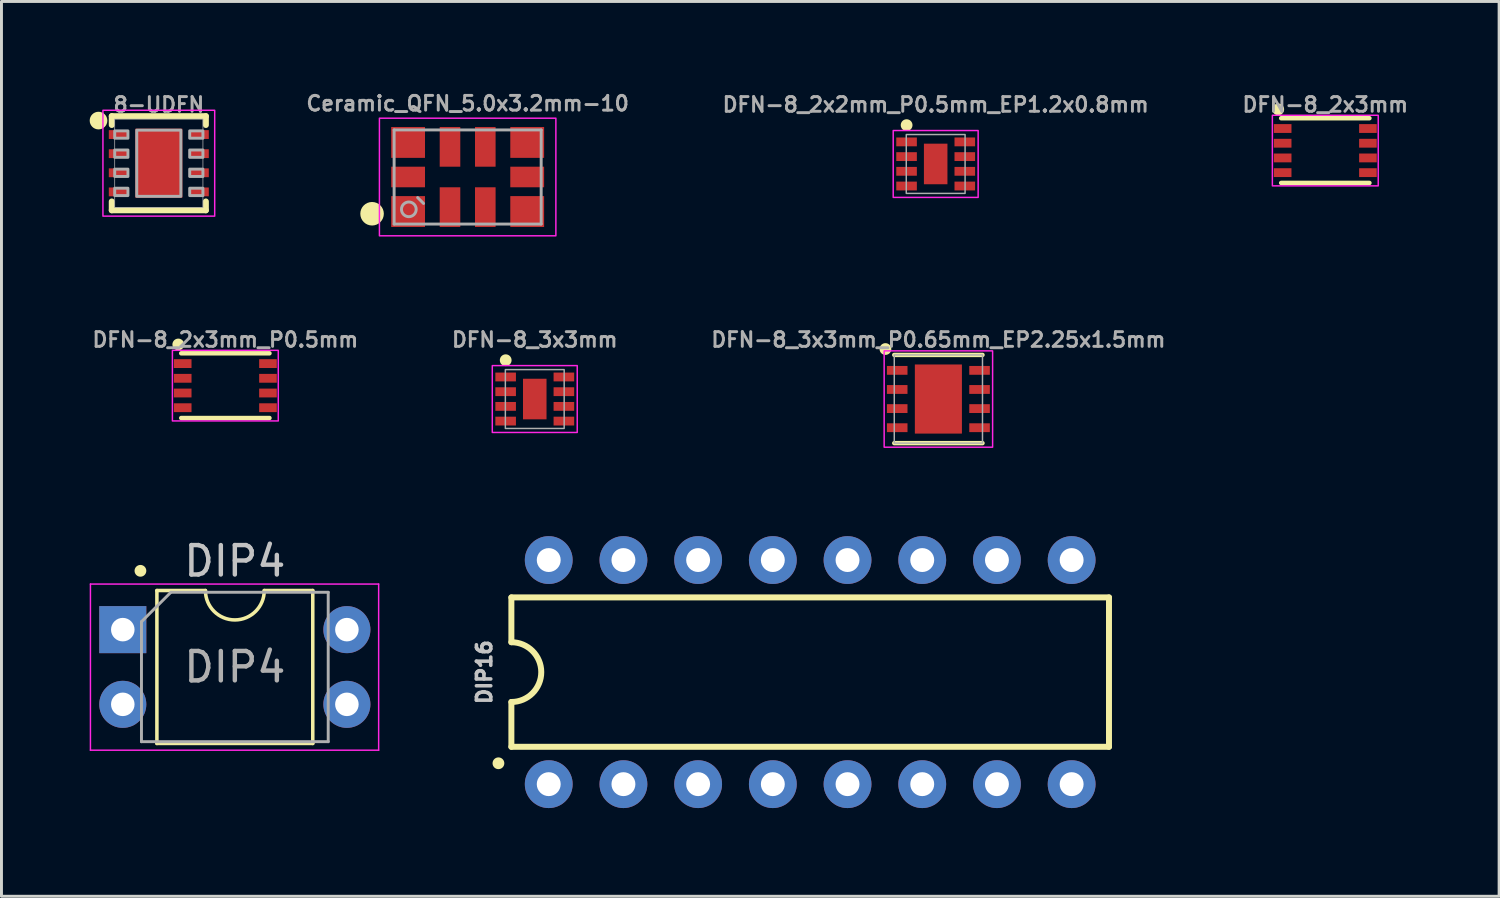
<source format=kicad_pcb>
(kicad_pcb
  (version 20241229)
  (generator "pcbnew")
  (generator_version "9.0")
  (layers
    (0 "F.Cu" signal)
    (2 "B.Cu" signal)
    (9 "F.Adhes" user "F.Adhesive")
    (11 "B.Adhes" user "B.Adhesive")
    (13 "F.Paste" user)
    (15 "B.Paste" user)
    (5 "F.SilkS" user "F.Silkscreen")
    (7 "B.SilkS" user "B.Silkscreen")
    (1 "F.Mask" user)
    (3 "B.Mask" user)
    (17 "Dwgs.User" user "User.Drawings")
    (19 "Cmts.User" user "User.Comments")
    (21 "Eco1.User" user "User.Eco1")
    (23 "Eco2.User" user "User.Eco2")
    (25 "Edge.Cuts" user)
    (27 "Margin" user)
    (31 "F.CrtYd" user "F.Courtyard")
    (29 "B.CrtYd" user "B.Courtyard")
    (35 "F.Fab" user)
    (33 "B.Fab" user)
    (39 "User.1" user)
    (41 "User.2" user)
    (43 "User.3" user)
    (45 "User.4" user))
  (footprint "Ceramic_QFN_5.0x3.2mm-10"
    (layer "F.Cu")
    (at 12.851 2.968)
    (property "Reference" "Ceramic_QFN_5.0x3.2mm-10" (at 0 -2.5 0) (layer "F.Fab") (effects (font (size 0.5 0.5) (thickness 0.1) (bold yes))))
    (attr smd)
    (fp_circle (center -3.25 1.25) (end -2.9 1.25) (stroke (width 0.1) (type solid)) (fill yes) (layer "F.SilkS"))
    (fp_rect (start -3 -2) (end 3 2) (stroke (width 0.05) (type default)) (fill no) (layer "F.CrtYd"))
    (fp_line (start -2.5 -1.6) (end 2.5 -1.6) (stroke (width 0.1) (type solid)) (layer "F.Fab"))
    (fp_line (start -2.5 1.6) (end -2.5 -1.6) (stroke (width 0.1) (type solid)) (layer "F.Fab"))
    (fp_line (start -1.7 0.7) (end -1.5 0.9) (stroke (width 0.1) (type default)) (layer "F.Fab"))
    (fp_line (start 2.5 -1.6) (end 2.5 1.6) (stroke (width 0.1) (type solid)) (layer "F.Fab"))
    (fp_line (start 2.5 1.6) (end -2.5 1.6) (stroke (width 0.1) (type solid)) (layer "F.Fab"))
    (fp_circle (center -2 1.1) (end -1.75 1.1) (stroke (width 0.1) (type solid)) (fill no) (layer "F.Fab"))
    (pad "1" smd rect (at -2.025 1.175) (size 1.15 1.05) (layers "F.Cu" "F.Mask" "F.Paste"))
    (pad "2" smd rect (at -0.6 1.025 90) (size 1.35 0.7) (layers "F.Cu" "F.Mask" "F.Paste"))
    (pad "3" smd rect (at 0.6 1.025 90) (size 1.35 0.7) (layers "F.Cu" "F.Mask" "F.Paste"))
    (pad "4" smd rect (at 2.025 1.175) (size 1.15 1.05) (layers "F.Cu" "F.Mask" "F.Paste"))
    (pad "5" smd rect (at 2.025 0) (size 1.15 0.7) (layers "F.Cu" "F.Mask" "F.Paste"))
    (pad "6" smd rect (at 2.025 -1.175) (size 1.15 1.05) (layers "F.Cu" "F.Mask" "F.Paste"))
    (pad "7" smd rect (at 0.6 -1.025 90) (size 1.35 0.7) (layers "F.Cu" "F.Mask" "F.Paste"))
    (pad "8" smd rect (at -0.6 -1.025 90) (size 1.35 0.7) (layers "F.Cu" "F.Mask" "F.Paste"))
    (pad "9" smd rect (at -2.025 -1.175) (size 1.15 1.05) (layers "F.Cu" "F.Mask" "F.Paste"))
    (pad "10" smd rect (at -2.025 0) (size 1.15 0.7) (layers "F.Cu" "F.Mask" "F.Paste")))
  (footprint "DFN-8_2x2mm_P0.5mm_EP1.2x0.8mm"
    (layer "F.Cu")
    (at 28.765 2.525)
    (property "Reference" "DFN-8_2x2mm_P0.5mm_EP1.2x0.8mm" (at 0 -1.725 0) (layer "F.Fab") (effects (font (size 0.5 0.5) (thickness 0.1) (bold yes)) (justify bottom)))
    (attr smd)
    (fp_circle (center -0.988 -1.32) (end -1.088 -1.32) (stroke (width 0.2) (type solid)) (fill yes) (layer "F.SilkS"))
    (fp_poly (pts (xy -0.32 -0.59) (xy -0.32 -0.09) (xy 0.32 -0.09) (xy 0.32 -0.59)) (stroke (width 0) (type default)) (fill yes) (layer "F.Paste"))
    (fp_poly (pts (xy -0.32 0.09) (xy -0.32 0.59) (xy 0.32 0.59) (xy 0.32 0.09)) (stroke (width 0) (type default)) (fill yes) (layer "F.Paste"))
    (fp_rect (start 1.444 -1.137) (end -1.444 1.137) (stroke (width 0.05) (type default)) (fill no) (layer "F.CrtYd"))
    (fp_rect (start -1 -1) (end 1 1) (stroke (width 0.05) (type default)) (fill no) (layer "F.Fab"))
    (pad "1" smd rect (at -0.99 -0.75) (size 0.7 0.3) (layers "F.Cu" "F.Mask" "F.Paste"))
    (pad "2" smd rect (at -0.99 -0.25) (size 0.7 0.3) (layers "F.Cu" "F.Mask" "F.Paste"))
    (pad "3" smd rect (at -0.99 0.25) (size 0.7 0.3) (layers "F.Cu" "F.Mask" "F.Paste"))
    (pad "4" smd rect (at -0.99 0.75) (size 0.7 0.3) (layers "F.Cu" "F.Mask" "F.Paste"))
    (pad "5" smd rect (at 0.99 0.75) (size 0.7 0.3) (layers "F.Cu" "F.Mask" "F.Paste"))
    (pad "6" smd rect (at 0.99 0.25) (size 0.7 0.3) (layers "F.Cu" "F.Mask" "F.Paste"))
    (pad "7" smd rect (at 0.99 -0.25) (size 0.7 0.3) (layers "F.Cu" "F.Mask" "F.Paste"))
    (pad "8" smd rect (at 0.99 -0.75) (size 0.7 0.3) (layers "F.Cu" "F.Mask" "F.Paste"))
    (pad "9" smd rect (at 0 0 270) (size 1.38 0.8) (layers "F.Cu" "F.Mask")))
  (footprint "8-UDFN"
    (layer "F.Cu")
    (at 2.35 2.5)
    (property "Reference" "8-UDFN" (at 0 -1.7 0) (unlocked yes) (layer "F.Fab") (effects (font (size 0.5 0.5) (thickness 0.1)) (justify bottom)))
    (fp_line (start -1.6 -1.6) (end -1.6 -1.3) (stroke (width 0.203) (type solid)) (layer "F.SilkS"))
    (fp_line (start -1.6 -1.6) (end 1.6 -1.6) (stroke (width 0.203) (type solid)) (layer "F.SilkS"))
    (fp_line (start -1.6 1.6) (end -1.6 1.3) (stroke (width 0.203) (type solid)) (layer "F.SilkS"))
    (fp_line (start 1.6 -1.6) (end 1.6 -1.3) (stroke (width 0.203) (type solid)) (layer "F.SilkS"))
    (fp_line (start 1.6 1.6) (end -1.6 1.6) (stroke (width 0.203) (type solid)) (layer "F.SilkS"))
    (fp_line (start 1.6 1.6) (end 1.6 1.3) (stroke (width 0.203) (type solid)) (layer "F.SilkS"))
    (fp_circle (center -2.05 -1.45) (end -2.05 -1.3) (stroke (width 0.3) (type solid)) (fill yes) (layer "F.SilkS"))
    (fp_rect (start -0.4 -0.688) (end 0.4 0.688) (stroke (width 0) (type default)) (fill yes) (layer "F.Paste"))
    (fp_rect (start 1.9 -1.8) (end -1.9 1.8) (stroke (width 0.05) (type default)) (fill no) (layer "F.CrtYd"))
    (fp_line (start -1.5 -1.5) (end 1.5 -1.5) (stroke (width 0.025) (type solid)) (layer "F.Fab"))
    (fp_line (start -1.5 1.5) (end -1.5 -1.5) (stroke (width 0.025) (type solid)) (layer "F.Fab"))
    (fp_line (start 1.5 -1.5) (end 1.5 1.5) (stroke (width 0.025) (type solid)) (layer "F.Fab"))
    (fp_line (start 1.5 1.5) (end -1.5 1.5) (stroke (width 0.025) (type solid)) (layer "F.Fab"))
    (fp_rect (start -1.5 -1.1) (end -1.05 -0.85) (stroke (width 0.1) (type default)) (fill no) (layer "F.Fab"))
    (fp_rect (start -1.5 -0.45) (end -1.05 -0.2) (stroke (width 0.1) (type default)) (fill no) (layer "F.Fab"))
    (fp_rect (start -1.5 0.2) (end -1.05 0.45) (stroke (width 0.1) (type default)) (fill no) (layer "F.Fab"))
    (fp_rect (start -1.5 0.85) (end -1.05 1.1) (stroke (width 0.1) (type default)) (fill no) (layer "F.Fab"))
    (fp_rect (start -0.75 -1.125) (end 0.75 1.125) (stroke (width 0.1) (type default)) (fill no) (layer "F.Fab"))
    (fp_rect (start 1.05 -1.1) (end 1.5 -0.85) (stroke (width 0.1) (type default)) (fill no) (layer "F.Fab"))
    (fp_rect (start 1.05 -0.45) (end 1.5 -0.2) (stroke (width 0.1) (type default)) (fill no) (layer "F.Fab"))
    (fp_rect (start 1.05 0.2) (end 1.5 0.45) (stroke (width 0.1) (type default)) (fill no) (layer "F.Fab"))
    (fp_rect (start 1.05 0.85) (end 1.5 1.1) (stroke (width 0.1) (type default)) (fill no) (layer "F.Fab"))
    (pad "1" smd rect (at -1.375 -0.975 270) (size 0.3 0.65) (layers "F.Cu" "F.Mask" "F.Paste"))
    (pad "2" smd rect (at -1.375 -0.325 270) (size 0.3 0.65) (layers "F.Cu" "F.Mask" "F.Paste"))
    (pad "3" smd rect (at -1.375 0.325 270) (size 0.3 0.65) (layers "F.Cu" "F.Mask" "F.Paste"))
    (pad "4" smd rect (at -1.375 0.975 270) (size 0.3 0.65) (layers "F.Cu" "F.Mask" "F.Paste"))
    (pad "5" smd rect (at 1.375 0.975 90) (size 0.3 0.65) (layers "F.Cu" "F.Mask" "F.Paste"))
    (pad "6" smd rect (at 1.375 0.325 90) (size 0.3 0.65) (layers "F.Cu" "F.Mask" "F.Paste"))
    (pad "7" smd rect (at 1.375 -0.325 90) (size 0.3 0.65) (layers "F.Cu" "F.Mask" "F.Paste"))
    (pad "8" smd rect (at 1.375 -0.975 90) (size 0.3 0.65) (layers "F.Cu" "F.Mask" "F.Paste"))
    (pad "EP" smd rect (at 0 0 270) (size 2.35 1.6) (layers "F.Cu" "F.Mask")))
  (footprint "DFN-8_2x3mm"
    (layer "F.Cu")
    (at 42.013 2.07)
    (property "Reference" "DFN-8_2x3mm" (at 0 -1.27 0) (unlocked yes) (layer "F.Fab") (effects (font (size 0.5 0.5) (thickness 0.1)) (justify bottom)))
    (fp_line (start 1.5 -1.1) (end -1.5 -1.1) (stroke (width 0.152) (type solid)) (layer "F.SilkS"))
    (fp_line (start 1.5 1.1) (end -1.5 1.1) (stroke (width 0.152) (type solid)) (layer "F.SilkS"))
    (fp_circle (center -1.6 -1.4) (end -1.7 -1.4) (stroke (width 0.2) (type solid)) (fill yes) (layer "F.SilkS"))
    (fp_rect (start -1.8 -1.2) (end 1.8 1.2) (stroke (width 0.05) (type default)) (fill no) (layer "F.CrtYd"))
    (fp_rect (start -1.5 -1) (end 1.5 1) (stroke (width 0.05) (type default)) (fill no) (layer "User.1"))
    (pad "1" smd rect (at -1.45 -0.75 270) (size 0.3 0.6) (layers "F.Cu" "F.Mask" "F.Paste"))
    (pad "2" smd rect (at -1.45 -0.25 270) (size 0.3 0.6) (layers "F.Cu" "F.Mask" "F.Paste"))
    (pad "3" smd rect (at -1.45 0.25 270) (size 0.3 0.6) (layers "F.Cu" "F.Mask" "F.Paste"))
    (pad "4" smd rect (at -1.45 0.75 270) (size 0.3 0.6) (layers "F.Cu" "F.Mask" "F.Paste"))
    (pad "5" smd rect (at 1.45 0.75 270) (size 0.3 0.6) (layers "F.Cu" "F.Mask" "F.Paste"))
    (pad "6" smd rect (at 1.45 0.25 270) (size 0.3 0.6) (layers "F.Cu" "F.Mask" "F.Paste"))
    (pad "7" smd rect (at 1.45 -0.25 270) (size 0.3 0.6) (layers "F.Cu" "F.Mask" "F.Paste"))
    (pad "8" smd rect (at 1.45 -0.75 270) (size 0.3 0.6) (layers "F.Cu" "F.Mask" "F.Paste")))
  (footprint "DIP4"
    (layer "F.Cu")
    (at 1.125 18.359)
    (property "Reference" "DIP4" (at 3.81 -2.33 0) (layer "Dwgs.User") (effects (font (size 1 1) (thickness 0.15))))
    (attr through_hole)
    (fp_line (start 1.16 -1.33) (end 1.16 3.87) (stroke (width 0.12) (type solid)) (layer "F.SilkS"))
    (fp_line (start 1.16 3.87) (end 6.46 3.87) (stroke (width 0.12) (type solid)) (layer "F.SilkS"))
    (fp_line (start 2.81 -1.33) (end 1.16 -1.33) (stroke (width 0.12) (type solid)) (layer "F.SilkS"))
    (fp_line (start 6.46 -1.33) (end 4.81 -1.33) (stroke (width 0.12) (type solid)) (layer "F.SilkS"))
    (fp_line (start 6.46 3.87) (end 6.46 -1.33) (stroke (width 0.12) (type solid)) (layer "F.SilkS"))
    (fp_arc (start 4.81 -1.33) (mid 3.81 -0.33) (end 2.81 -1.33) (stroke (width 0.12) (type solid)) (layer "F.SilkS"))
    (fp_circle (center 0.6 -2) (end 0.6 -1.9) (stroke (width 0.2) (type solid)) (fill yes) (layer "F.SilkS"))
    (fp_line (start -1.1 -1.55) (end -1.1 4.1) (stroke (width 0.05) (type solid)) (layer "F.CrtYd"))
    (fp_line (start -1.1 4.1) (end 8.7 4.1) (stroke (width 0.05) (type solid)) (layer "F.CrtYd"))
    (fp_line (start 8.7 -1.55) (end -1.1 -1.55) (stroke (width 0.05) (type solid)) (layer "F.CrtYd"))
    (fp_line (start 8.7 4.1) (end 8.7 -1.55) (stroke (width 0.05) (type solid)) (layer "F.CrtYd"))
    (fp_line (start 0.635 -0.27) (end 1.635 -1.27) (stroke (width 0.1) (type solid)) (layer "F.Fab"))
    (fp_line (start 0.635 3.81) (end 0.635 -0.27) (stroke (width 0.1) (type solid)) (layer "F.Fab"))
    (fp_line (start 1.635 -1.27) (end 6.985 -1.27) (stroke (width 0.1) (type solid)) (layer "F.Fab"))
    (fp_line (start 6.985 -1.27) (end 6.985 3.81) (stroke (width 0.1) (type solid)) (layer "F.Fab"))
    (fp_line (start 6.985 3.81) (end 0.635 3.81) (stroke (width 0.1) (type solid)) (layer "F.Fab"))
    (fp_text user "${REFERENCE}" (at 3.81 1.27 0) (layer "F.Fab") (effects (font (size 1 1) (thickness 0.15))))
    (pad "1" thru_hole rect (at 0 0) (size 1.6 1.6) (drill 0.8) (layers "*.Cu" "*.Mask"))
    (pad "2" thru_hole oval (at 0 2.54) (size 1.6 1.6) (drill 0.8) (layers "*.Cu" "*.Mask"))
    (pad "3" thru_hole oval (at 7.62 2.54) (size 1.6 1.6) (drill 0.8) (layers "*.Cu" "*.Mask"))
    (pad "4" thru_hole oval (at 7.62 0) (size 1.6 1.6) (drill 0.8) (layers "*.Cu" "*.Mask")))
  (footprint "DFN-8_3x3mm"
    (layer "F.Cu")
    (at 15.133 10.518)
    (property "Reference" "DFN-8_3x3mm" (at 0 -1.725 0) (layer "F.Fab") (effects (font (size 0.5 0.5) (thickness 0.1) (bold yes)) (justify bottom)))
    (attr smd)
    (fp_circle (center -0.988 -1.32) (end -1.088 -1.32) (stroke (width 0.2) (type solid)) (fill yes) (layer "F.SilkS"))
    (fp_poly (pts (xy -0.32 -0.59) (xy -0.32 -0.09) (xy 0.32 -0.09) (xy 0.32 -0.59)) (stroke (width 0) (type default)) (fill yes) (layer "F.Paste"))
    (fp_poly (pts (xy -0.32 0.09) (xy -0.32 0.59) (xy 0.32 0.59) (xy 0.32 0.09)) (stroke (width 0) (type default)) (fill yes) (layer "F.Paste"))
    (fp_rect (start 1.444 -1.137) (end -1.444 1.137) (stroke (width 0.05) (type default)) (fill no) (layer "F.CrtYd"))
    (fp_rect (start -1 -1) (end 1 1) (stroke (width 0.05) (type default)) (fill no) (layer "F.Fab"))
    (pad "1" smd rect (at -0.99 -0.75) (size 0.7 0.3) (layers "F.Cu" "F.Mask" "F.Paste"))
    (pad "2" smd rect (at -0.99 -0.25) (size 0.7 0.3) (layers "F.Cu" "F.Mask" "F.Paste"))
    (pad "3" smd rect (at -0.99 0.25) (size 0.7 0.3) (layers "F.Cu" "F.Mask" "F.Paste"))
    (pad "4" smd rect (at -0.99 0.75) (size 0.7 0.3) (layers "F.Cu" "F.Mask" "F.Paste"))
    (pad "5" smd rect (at 0.99 0.75) (size 0.7 0.3) (layers "F.Cu" "F.Mask" "F.Paste"))
    (pad "6" smd rect (at 0.99 0.25) (size 0.7 0.3) (layers "F.Cu" "F.Mask" "F.Paste"))
    (pad "7" smd rect (at 0.99 -0.25) (size 0.7 0.3) (layers "F.Cu" "F.Mask" "F.Paste"))
    (pad "8" smd rect (at 0.99 -0.75) (size 0.7 0.3) (layers "F.Cu" "F.Mask" "F.Paste"))
    (pad "9" smd rect (at 0 0 270) (size 1.38 0.8) (layers "F.Cu" "F.Mask")))
  (footprint "DIP16"
    (layer "F.Cu")
    (at 24.498 19.803)
    (property "Reference" "DIP16" (at -10.795 0 90) (layer "Dwgs.User") (effects (font (size 0.488 0.488) (thickness 0.122)) (justify bottom)))
    (fp_line (start -10.16 -2.54) (end -10.16 -1.016) (stroke (width 0.203) (type solid)) (layer "F.SilkS"))
    (fp_line (start -10.16 2.54) (end -10.16 1.016) (stroke (width 0.203) (type solid)) (layer "F.SilkS"))
    (fp_line (start -10.16 2.54) (end 10.16 2.54) (stroke (width 0.203) (type solid)) (layer "F.SilkS"))
    (fp_line (start 10.16 -2.54) (end -10.16 -2.54) (stroke (width 0.203) (type solid)) (layer "F.SilkS"))
    (fp_line (start 10.16 -2.54) (end 10.16 2.54) (stroke (width 0.203) (type solid)) (layer "F.SilkS"))
    (fp_arc (start -10.16 -1.016) (mid -9.144 0) (end -10.16 1.016) (stroke (width 0.2032) (type solid)) (layer "F.SilkS"))
    (fp_circle (center -10.6 3.1) (end -10.6 3.2) (stroke (width 0.2) (type solid)) (fill yes) (layer "F.SilkS"))
    (pad "1" thru_hole circle (at -8.89 3.81 90) (size 1.626 1.626) (drill 0.813) (layers "*.Cu" "*.Mask"))
    (pad "2" thru_hole circle (at -6.35 3.81 90) (size 1.626 1.626) (drill 0.813) (layers "*.Cu" "*.Mask"))
    (pad "3" thru_hole circle (at -3.81 3.81 90) (size 1.626 1.626) (drill 0.813) (layers "*.Cu" "*.Mask"))
    (pad "4" thru_hole circle (at -1.27 3.81 90) (size 1.626 1.626) (drill 0.813) (layers "*.Cu" "*.Mask"))
    (pad "5" thru_hole circle (at 1.27 3.81 90) (size 1.626 1.626) (drill 0.813) (layers "*.Cu" "*.Mask"))
    (pad "6" thru_hole circle (at 3.81 3.81 90) (size 1.626 1.626) (drill 0.813) (layers "*.Cu" "*.Mask"))
    (pad "7" thru_hole circle (at 6.35 3.81 90) (size 1.626 1.626) (drill 0.813) (layers "*.Cu" "*.Mask"))
    (pad "8" thru_hole circle (at 8.89 3.81 90) (size 1.626 1.626) (drill 0.813) (layers "*.Cu" "*.Mask"))
    (pad "9" thru_hole circle (at 8.89 -3.81 90) (size 1.626 1.626) (drill 0.813) (layers "*.Cu" "*.Mask"))
    (pad "10" thru_hole circle (at 6.35 -3.81 90) (size 1.626 1.626) (drill 0.813) (layers "*.Cu" "*.Mask"))
    (pad "11" thru_hole circle (at 3.81 -3.81 90) (size 1.626 1.626) (drill 0.813) (layers "*.Cu" "*.Mask"))
    (pad "12" thru_hole circle (at 1.27 -3.81 90) (size 1.626 1.626) (drill 0.813) (layers "*.Cu" "*.Mask"))
    (pad "13" thru_hole circle (at -1.27 -3.81 90) (size 1.626 1.626) (drill 0.813) (layers "*.Cu" "*.Mask"))
    (pad "14" thru_hole circle (at -3.81 -3.81 90) (size 1.626 1.626) (drill 0.813) (layers "*.Cu" "*.Mask"))
    (pad "15" thru_hole circle (at -6.35 -3.81 90) (size 1.626 1.626) (drill 0.813) (layers "*.Cu" "*.Mask"))
    (pad "16" thru_hole circle (at -8.89 -3.81 90) (size 1.626 1.626) (drill 0.813) (layers "*.Cu" "*.Mask")))
  (footprint "DFN-8_3x3mm_P0.65mm_EP2.25x1.5mm"
    (layer "F.Cu")
    (at 28.857 10.518)
    (property "Reference" "DFN-8_3x3mm_P0.65mm_EP2.25x1.5mm" (at 0 -1.725 0) (layer "F.Fab") (effects (font (size 0.5 0.5) (thickness 0.1) (bold yes)) (justify bottom)))
    (attr smd)
    (fp_line (start -1.5 -1.5) (end 1.5 -1.5) (stroke (width 0.15) (type solid)) (layer "F.SilkS"))
    (fp_line (start -1.5 1.5) (end 1.5 1.5) (stroke (width 0.15) (type solid)) (layer "F.SilkS"))
    (fp_circle (center -1.8 -1.7) (end -1.9 -1.7) (stroke (width 0.2) (type solid)) (fill yes) (layer "F.SilkS"))
    (fp_rect (start -0.7 -1.04) (end -0.2 -0.3) (stroke (width 0) (type default)) (fill yes) (layer "F.Paste"))
    (fp_rect (start -0.7 0.3) (end -0.2 1.04) (stroke (width 0) (type solid)) (fill yes) (layer "F.Paste"))
    (fp_rect (start 0.2 -1.04) (end 0.7 -0.3) (stroke (width 0) (type default)) (fill yes) (layer "F.Paste"))
    (fp_rect (start 0.2 0.3) (end 0.7 1.04) (stroke (width 0) (type solid)) (fill yes) (layer "F.Paste"))
    (fp_rect (start 1.844 -1.637) (end -1.844 1.637) (stroke (width 0.05) (type default)) (fill no) (layer "F.CrtYd"))
    (fp_rect (start -1.5 -1.5) (end 1.5 1.5) (stroke (width 0.05) (type solid)) (fill no) (layer "F.Fab"))
    (pad "1" smd rect (at -1.4 -0.975) (size 0.7 0.3) (layers "F.Cu" "F.Mask" "F.Paste"))
    (pad "2" smd rect (at -1.4 -0.325) (size 0.7 0.3) (layers "F.Cu" "F.Mask" "F.Paste"))
    (pad "3" smd rect (at -1.4 0.325) (size 0.7 0.3) (layers "F.Cu" "F.Mask" "F.Paste"))
    (pad "4" smd rect (at -1.4 0.975) (size 0.7 0.3) (layers "F.Cu" "F.Mask" "F.Paste"))
    (pad "5" smd rect (at 1.4 0.975) (size 0.7 0.3) (layers "F.Cu" "F.Mask" "F.Paste"))
    (pad "6" smd rect (at 1.4 0.325) (size 0.7 0.3) (layers "F.Cu" "F.Mask" "F.Paste"))
    (pad "7" smd rect (at 1.4 -0.325) (size 0.7 0.3) (layers "F.Cu" "F.Mask" "F.Paste"))
    (pad "8" smd rect (at 1.4 -0.975) (size 0.7 0.3) (layers "F.Cu" "F.Mask" "F.Paste"))
    (pad "9" smd rect (at 0 0 270) (size 2.35 1.6) (layers "F.Cu" "F.Mask")))
  (footprint "DFN-8_2x3mm_P0.5mm"
    (layer "F.Cu")
    (at 4.612 10.063)
    (property "Reference" "DFN-8_2x3mm_P0.5mm" (at 0 -1.27 0) (unlocked yes) (layer "F.Fab") (effects (font (size 0.5 0.5) (thickness 0.1)) (justify bottom)))
    (fp_line (start 1.5 -1.1) (end -1.5 -1.1) (stroke (width 0.152) (type solid)) (layer "F.SilkS"))
    (fp_line (start 1.5 1.1) (end -1.5 1.1) (stroke (width 0.152) (type solid)) (layer "F.SilkS"))
    (fp_circle (center -1.6 -1.4) (end -1.7 -1.4) (stroke (width 0.2) (type solid)) (fill yes) (layer "F.SilkS"))
    (fp_rect (start -1.8 -1.2) (end 1.8 1.2) (stroke (width 0.05) (type default)) (fill no) (layer "F.CrtYd"))
    (fp_rect (start -1.5 -1) (end 1.5 1) (stroke (width 0.05) (type default)) (fill no) (layer "User.1"))
    (pad "1" smd rect (at -1.45 -0.75 270) (size 0.3 0.6) (layers "F.Cu" "F.Mask" "F.Paste"))
    (pad "2" smd rect (at -1.45 -0.25 270) (size 0.3 0.6) (layers "F.Cu" "F.Mask" "F.Paste"))
    (pad "3" smd rect (at -1.45 0.25 270) (size 0.3 0.6) (layers "F.Cu" "F.Mask" "F.Paste"))
    (pad "4" smd rect (at -1.45 0.75 270) (size 0.3 0.6) (layers "F.Cu" "F.Mask" "F.Paste"))
    (pad "5" smd rect (at 1.45 0.75 270) (size 0.3 0.6) (layers "F.Cu" "F.Mask" "F.Paste"))
    (pad "6" smd rect (at 1.45 0.25 270) (size 0.3 0.6) (layers "F.Cu" "F.Mask" "F.Paste"))
    (pad "7" smd rect (at 1.45 -0.25 270) (size 0.3 0.6) (layers "F.Cu" "F.Mask" "F.Paste"))
    (pad "8" smd rect (at 1.45 -0.75 270) (size 0.3 0.6) (layers "F.Cu" "F.Mask" "F.Paste")))
  (gr_rect
    (start -3 -3)
    (end 47.923 27.426)
    (stroke (width 0.1) (type default))
    (fill no)
    (layer "Edge.Cuts")))
</source>
